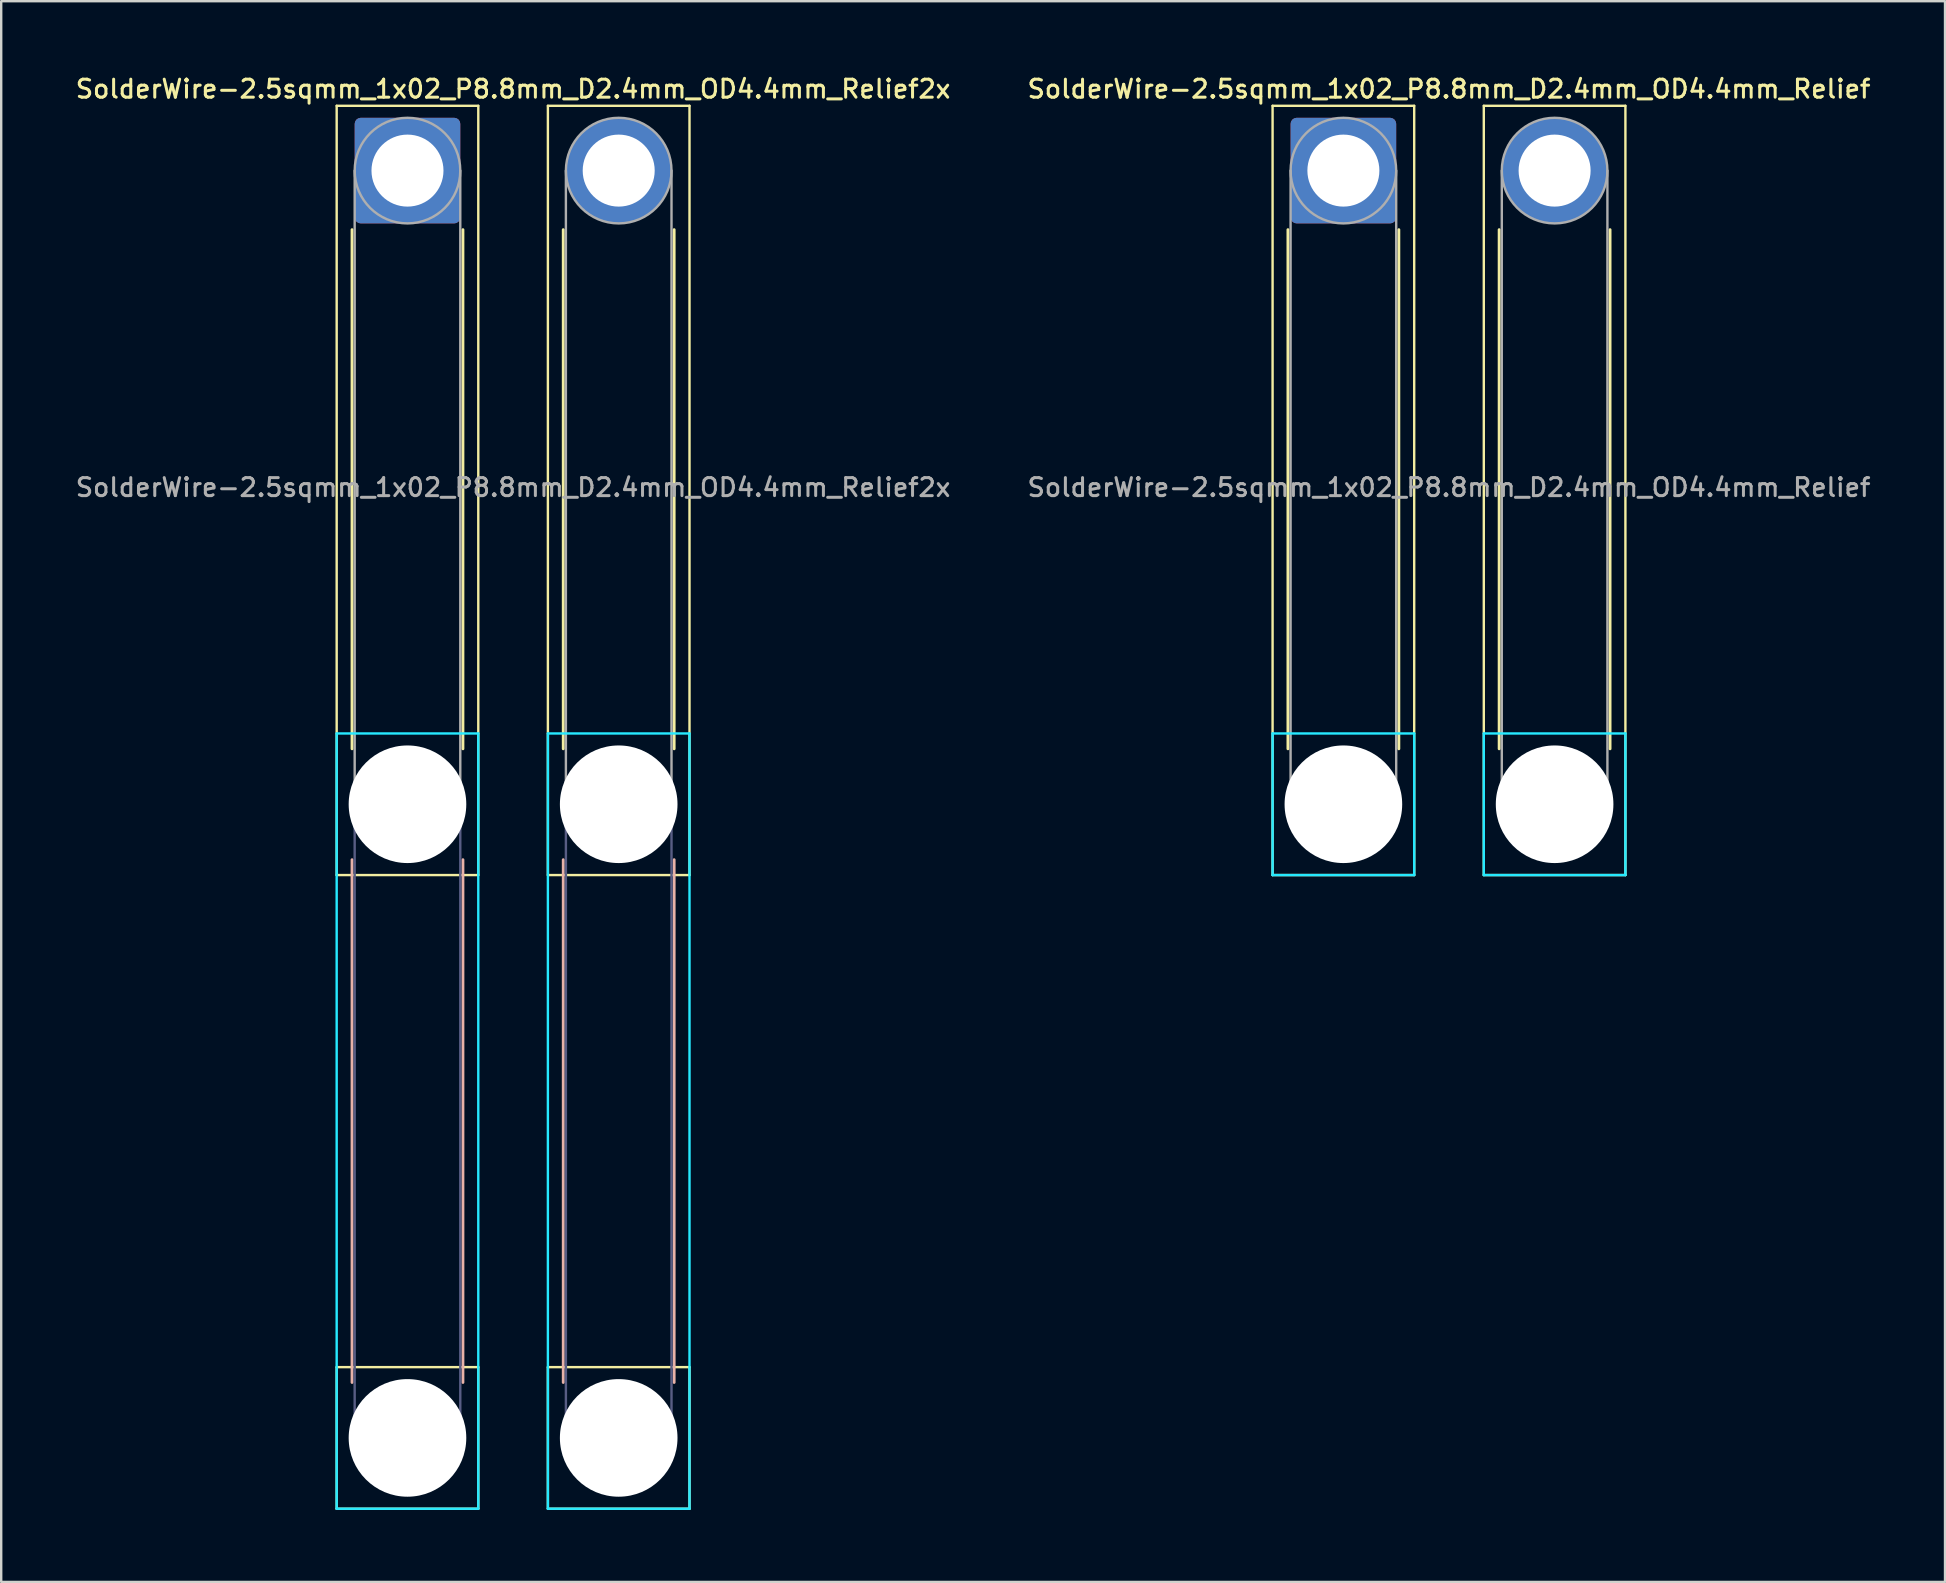
<source format=kicad_pcb>
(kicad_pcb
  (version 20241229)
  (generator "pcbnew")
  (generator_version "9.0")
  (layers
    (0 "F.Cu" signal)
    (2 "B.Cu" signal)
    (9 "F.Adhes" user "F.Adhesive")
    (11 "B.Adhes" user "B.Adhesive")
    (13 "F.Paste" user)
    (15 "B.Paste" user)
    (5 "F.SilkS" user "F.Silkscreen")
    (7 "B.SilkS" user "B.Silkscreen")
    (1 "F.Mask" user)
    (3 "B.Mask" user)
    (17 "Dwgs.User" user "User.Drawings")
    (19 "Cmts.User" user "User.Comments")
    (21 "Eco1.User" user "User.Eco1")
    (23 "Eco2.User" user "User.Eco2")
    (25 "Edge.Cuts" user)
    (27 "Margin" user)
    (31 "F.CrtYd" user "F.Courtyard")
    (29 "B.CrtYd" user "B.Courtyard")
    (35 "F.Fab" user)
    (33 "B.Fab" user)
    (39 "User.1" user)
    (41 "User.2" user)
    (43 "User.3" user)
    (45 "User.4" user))
  (footprint "SolderWire-2.5sqmm_1x02_P8.8mm_D2.4mm_OD4.4mm_Relief2x"
    (layer "F.Cu")
    (at 13.927 4.058)
    (property "Reference" "SolderWire-2.5sqmm_1x02_P8.8mm_D2.4mm_OD4.4mm_Relief2x" (at 4.4 -3.4 0) (layer "F.SilkS") (effects (font (size 0.75 0.75) (thickness 0.125))))
    (attr exclude_from_pos_files exclude_from_bom)
    (fp_line (start -2.95 -2.7) (end -2.95 29.35) (stroke (width 0.1) (type solid)) (layer "F.SilkS"))
    (fp_line (start -2.95 29.35) (end 2.95 29.35) (stroke (width 0.1) (type solid)) (layer "F.SilkS"))
    (fp_line (start -2.95 49.85) (end -2.95 55.75) (stroke (width 0.1) (type solid)) (layer "F.SilkS"))
    (fp_line (start -2.95 55.75) (end 2.95 55.75) (stroke (width 0.1) (type solid)) (layer "F.SilkS"))
    (fp_line (start -2.31 2.46) (end -2.31 24.09) (stroke (width 0.12) (type solid)) (layer "F.SilkS"))
    (fp_line (start 2.31 2.46) (end 2.31 24.09) (stroke (width 0.12) (type solid)) (layer "F.SilkS"))
    (fp_line (start 2.95 -2.7) (end -2.95 -2.7) (stroke (width 0.1) (type solid)) (layer "F.SilkS"))
    (fp_line (start 2.95 29.35) (end 2.95 -2.7) (stroke (width 0.1) (type solid)) (layer "F.SilkS"))
    (fp_line (start 2.95 49.85) (end -2.95 49.85) (stroke (width 0.1) (type solid)) (layer "F.SilkS"))
    (fp_line (start 2.95 55.75) (end 2.95 49.85) (stroke (width 0.1) (type solid)) (layer "F.SilkS"))
    (fp_line (start 5.85 -2.7) (end 5.85 29.35) (stroke (width 0.1) (type solid)) (layer "F.SilkS"))
    (fp_line (start 5.85 29.35) (end 11.75 29.35) (stroke (width 0.1) (type solid)) (layer "F.SilkS"))
    (fp_line (start 5.85 49.85) (end 5.85 55.75) (stroke (width 0.1) (type solid)) (layer "F.SilkS"))
    (fp_line (start 5.85 55.75) (end 11.75 55.75) (stroke (width 0.1) (type solid)) (layer "F.SilkS"))
    (fp_line (start 6.49 2.46) (end 6.49 24.09) (stroke (width 0.12) (type solid)) (layer "F.SilkS"))
    (fp_line (start 11.11 2.46) (end 11.11 24.09) (stroke (width 0.12) (type solid)) (layer "F.SilkS"))
    (fp_line (start 11.75 -2.7) (end 5.85 -2.7) (stroke (width 0.1) (type solid)) (layer "F.SilkS"))
    (fp_line (start 11.75 29.35) (end 11.75 -2.7) (stroke (width 0.1) (type solid)) (layer "F.SilkS"))
    (fp_line (start 11.75 49.85) (end 5.85 49.85) (stroke (width 0.1) (type solid)) (layer "F.SilkS"))
    (fp_line (start 11.75 55.75) (end 11.75 49.85) (stroke (width 0.1) (type solid)) (layer "F.SilkS"))
    (fp_line (start -2.31 28.71) (end -2.31 50.49) (stroke (width 0.12) (type solid)) (layer "B.SilkS"))
    (fp_line (start 2.31 28.71) (end 2.31 50.49) (stroke (width 0.12) (type solid)) (layer "B.SilkS"))
    (fp_line (start 6.49 28.71) (end 6.49 50.49) (stroke (width 0.12) (type solid)) (layer "B.SilkS"))
    (fp_line (start 11.11 28.71) (end 11.11 50.49) (stroke (width 0.12) (type solid)) (layer "B.SilkS"))
    (fp_line (start -2.95 23.45) (end -2.95 55.75) (stroke (width 0.1) (type solid)) (layer "B.CrtYd"))
    (fp_line (start -2.95 55.75) (end 2.95 55.75) (stroke (width 0.1) (type solid)) (layer "B.CrtYd"))
    (fp_line (start 2.95 23.45) (end -2.95 23.45) (stroke (width 0.1) (type solid)) (layer "B.CrtYd"))
    (fp_line (start 2.95 55.75) (end 2.95 23.45) (stroke (width 0.1) (type solid)) (layer "B.CrtYd"))
    (fp_line (start 5.85 23.45) (end 5.85 55.75) (stroke (width 0.1) (type solid)) (layer "B.CrtYd"))
    (fp_line (start 5.85 55.75) (end 11.75 55.75) (stroke (width 0.1) (type solid)) (layer "B.CrtYd"))
    (fp_line (start 11.75 23.45) (end 5.85 23.45) (stroke (width 0.1) (type solid)) (layer "B.CrtYd"))
    (fp_line (start 11.75 55.75) (end 11.75 23.45) (stroke (width 0.1) (type solid)) (layer "B.CrtYd"))
    (fp_line (start -2.2 26.4) (end -2.2 52.8) (stroke (width 0.1) (type solid)) (layer "B.Fab"))
    (fp_line (start 2.2 26.4) (end 2.2 52.8) (stroke (width 0.1) (type solid)) (layer "B.Fab"))
    (fp_line (start 6.6 26.4) (end 6.6 52.8) (stroke (width 0.1) (type solid)) (layer "B.Fab"))
    (fp_line (start 11 26.4) (end 11 52.8) (stroke (width 0.1) (type solid)) (layer "B.Fab"))
    (fp_circle (center 0 26.4) (end 2.2 26.4) (stroke (width 0.1) (type solid)) (fill no) (layer "B.Fab"))
    (fp_circle (center 0 52.8) (end 2.2 52.8) (stroke (width 0.1) (type solid)) (fill no) (layer "B.Fab"))
    (fp_circle (center 8.8 26.4) (end 11 26.4) (stroke (width 0.1) (type solid)) (fill no) (layer "B.Fab"))
    (fp_circle (center 8.8 52.8) (end 11 52.8) (stroke (width 0.1) (type solid)) (fill no) (layer "B.Fab"))
    (fp_line (start -2.2 0) (end -2.2 26.4) (stroke (width 0.1) (type solid)) (layer "F.Fab"))
    (fp_line (start 2.2 0) (end 2.2 26.4) (stroke (width 0.1) (type solid)) (layer "F.Fab"))
    (fp_line (start 6.6 0) (end 6.6 26.4) (stroke (width 0.1) (type solid)) (layer "F.Fab"))
    (fp_line (start 11 0) (end 11 26.4) (stroke (width 0.1) (type solid)) (layer "F.Fab"))
    (fp_circle (center 0 0) (end 2.2 0) (stroke (width 0.1) (type solid)) (fill no) (layer "F.Fab"))
    (fp_circle (center 0 26.4) (end 2.2 26.4) (stroke (width 0.1) (type solid)) (fill no) (layer "F.Fab"))
    (fp_circle (center 0 52.8) (end 2.2 52.8) (stroke (width 0.1) (type solid)) (fill no) (layer "F.Fab"))
    (fp_circle (center 8.8 0) (end 11 0) (stroke (width 0.1) (type solid)) (fill no) (layer "F.Fab"))
    (fp_circle (center 8.8 26.4) (end 11 26.4) (stroke (width 0.1) (type solid)) (fill no) (layer "F.Fab"))
    (fp_circle (center 8.8 52.8) (end 11 52.8) (stroke (width 0.1) (type solid)) (fill no) (layer "F.Fab"))
    (fp_text user "${REFERENCE}" (at 4.4 13.2 0) (layer "F.Fab") (effects (font (size 0.75 0.75) (thickness 0.125))))
    (pad "" np_thru_hole circle (at 0 26.4) (size 4.9 4.9) (drill 4.9) (layers "*.Cu" "*.Mask"))
    (pad "" np_thru_hole circle (at 0 52.8) (size 4.9 4.9) (drill 4.9) (layers "*.Cu" "*.Mask"))
    (pad "" np_thru_hole circle (at 8.8 26.4) (size 4.9 4.9) (drill 4.9) (layers "*.Cu" "*.Mask"))
    (pad "" np_thru_hole circle (at 8.8 52.8) (size 4.9 4.9) (drill 4.9) (layers "*.Cu" "*.Mask"))
    (pad "1" thru_hole roundrect (at 0 0) (size 4.4 4.4) (drill 3) (layers "*.Cu" "*.Mask") (roundrect_rratio 0.057))
    (pad "2" thru_hole circle (at 8.8 0) (size 4.4 4.4) (drill 3) (layers "*.Cu" "*.Mask")))
  (footprint "SolderWire-2.5sqmm_1x02_P8.8mm_D2.4mm_OD4.4mm_Relief"
    (layer "F.Cu")
    (at 52.92 4.058)
    (property "Reference" "SolderWire-2.5sqmm_1x02_P8.8mm_D2.4mm_OD4.4mm_Relief" (at 4.4 -3.4 0) (layer "F.SilkS") (effects (font (size 0.75 0.75) (thickness 0.125))))
    (attr exclude_from_pos_files exclude_from_bom)
    (fp_line (start -2.95 -2.7) (end -2.95 29.35) (stroke (width 0.1) (type solid)) (layer "F.SilkS"))
    (fp_line (start -2.95 29.35) (end 2.95 29.35) (stroke (width 0.1) (type solid)) (layer "F.SilkS"))
    (fp_line (start -2.31 2.46) (end -2.31 24.09) (stroke (width 0.12) (type solid)) (layer "F.SilkS"))
    (fp_line (start 2.31 2.46) (end 2.31 24.09) (stroke (width 0.12) (type solid)) (layer "F.SilkS"))
    (fp_line (start 2.95 -2.7) (end -2.95 -2.7) (stroke (width 0.1) (type solid)) (layer "F.SilkS"))
    (fp_line (start 2.95 29.35) (end 2.95 -2.7) (stroke (width 0.1) (type solid)) (layer "F.SilkS"))
    (fp_line (start 5.85 -2.7) (end 5.85 29.35) (stroke (width 0.1) (type solid)) (layer "F.SilkS"))
    (fp_line (start 5.85 29.35) (end 11.75 29.35) (stroke (width 0.1) (type solid)) (layer "F.SilkS"))
    (fp_line (start 6.49 2.46) (end 6.49 24.09) (stroke (width 0.12) (type solid)) (layer "F.SilkS"))
    (fp_line (start 11.11 2.46) (end 11.11 24.09) (stroke (width 0.12) (type solid)) (layer "F.SilkS"))
    (fp_line (start 11.75 -2.7) (end 5.85 -2.7) (stroke (width 0.1) (type solid)) (layer "F.SilkS"))
    (fp_line (start 11.75 29.35) (end 11.75 -2.7) (stroke (width 0.1) (type solid)) (layer "F.SilkS"))
    (fp_line (start -2.95 23.45) (end -2.95 29.35) (stroke (width 0.1) (type solid)) (layer "B.CrtYd"))
    (fp_line (start -2.95 29.35) (end 2.95 29.35) (stroke (width 0.1) (type solid)) (layer "B.CrtYd"))
    (fp_line (start 2.95 23.45) (end -2.95 23.45) (stroke (width 0.1) (type solid)) (layer "B.CrtYd"))
    (fp_line (start 2.95 29.35) (end 2.95 23.45) (stroke (width 0.1) (type solid)) (layer "B.CrtYd"))
    (fp_line (start 5.85 23.45) (end 5.85 29.35) (stroke (width 0.1) (type solid)) (layer "B.CrtYd"))
    (fp_line (start 5.85 29.35) (end 11.75 29.35) (stroke (width 0.1) (type solid)) (layer "B.CrtYd"))
    (fp_line (start 11.75 23.45) (end 5.85 23.45) (stroke (width 0.1) (type solid)) (layer "B.CrtYd"))
    (fp_line (start 11.75 29.35) (end 11.75 23.45) (stroke (width 0.1) (type solid)) (layer "B.CrtYd"))
    (fp_line (start -2.2 0) (end -2.2 26.4) (stroke (width 0.1) (type solid)) (layer "F.Fab"))
    (fp_line (start 2.2 0) (end 2.2 26.4) (stroke (width 0.1) (type solid)) (layer "F.Fab"))
    (fp_line (start 6.6 0) (end 6.6 26.4) (stroke (width 0.1) (type solid)) (layer "F.Fab"))
    (fp_line (start 11 0) (end 11 26.4) (stroke (width 0.1) (type solid)) (layer "F.Fab"))
    (fp_circle (center 0 0) (end 2.2 0) (stroke (width 0.1) (type solid)) (fill no) (layer "F.Fab"))
    (fp_circle (center 0 26.4) (end 2.2 26.4) (stroke (width 0.1) (type solid)) (fill no) (layer "F.Fab"))
    (fp_circle (center 8.8 0) (end 11 0) (stroke (width 0.1) (type solid)) (fill no) (layer "F.Fab"))
    (fp_circle (center 8.8 26.4) (end 11 26.4) (stroke (width 0.1) (type solid)) (fill no) (layer "F.Fab"))
    (fp_text user "${REFERENCE}" (at 4.4 13.2 0) (layer "F.Fab") (effects (font (size 0.75 0.75) (thickness 0.125))))
    (pad "" np_thru_hole circle (at 0 26.4) (size 4.9 4.9) (drill 4.9) (layers "*.Cu" "*.Mask"))
    (pad "" np_thru_hole circle (at 8.8 26.4) (size 4.9 4.9) (drill 4.9) (layers "*.Cu" "*.Mask"))
    (pad "1" thru_hole roundrect (at 0 0) (size 4.4 4.4) (drill 3) (layers "*.Cu" "*.Mask") (roundrect_rratio 0.057))
    (pad "2" thru_hole circle (at 8.8 0) (size 4.4 4.4) (drill 3) (layers "*.Cu" "*.Mask")))
  (gr_rect
    (start -3 -3)
    (end 77.986 62.858)
    (stroke (width 0.1) (type default))
    (fill no)
    (layer "Edge.Cuts")))
</source>
